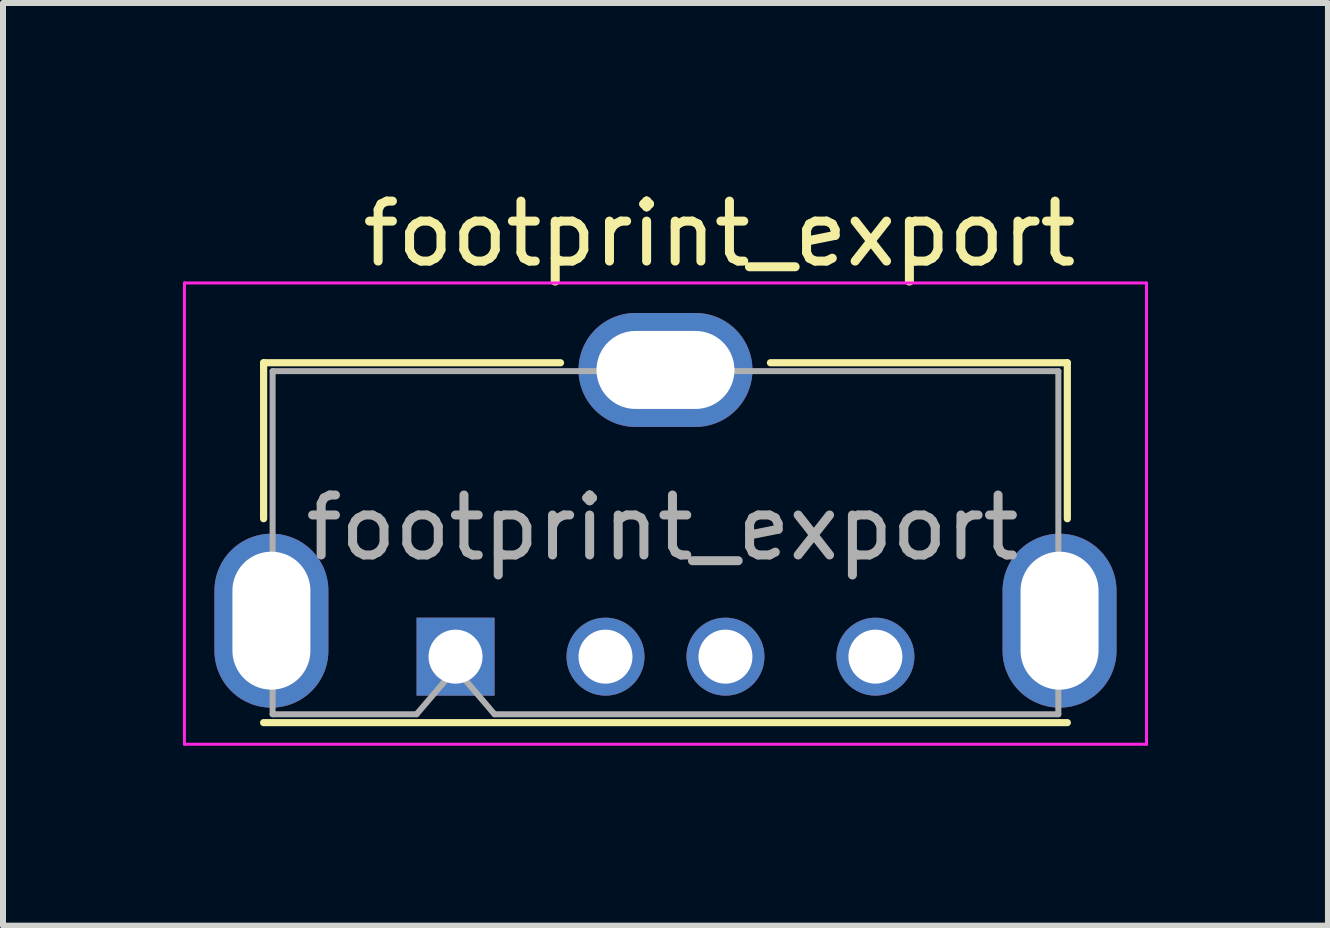
<source format=kicad_pcb>
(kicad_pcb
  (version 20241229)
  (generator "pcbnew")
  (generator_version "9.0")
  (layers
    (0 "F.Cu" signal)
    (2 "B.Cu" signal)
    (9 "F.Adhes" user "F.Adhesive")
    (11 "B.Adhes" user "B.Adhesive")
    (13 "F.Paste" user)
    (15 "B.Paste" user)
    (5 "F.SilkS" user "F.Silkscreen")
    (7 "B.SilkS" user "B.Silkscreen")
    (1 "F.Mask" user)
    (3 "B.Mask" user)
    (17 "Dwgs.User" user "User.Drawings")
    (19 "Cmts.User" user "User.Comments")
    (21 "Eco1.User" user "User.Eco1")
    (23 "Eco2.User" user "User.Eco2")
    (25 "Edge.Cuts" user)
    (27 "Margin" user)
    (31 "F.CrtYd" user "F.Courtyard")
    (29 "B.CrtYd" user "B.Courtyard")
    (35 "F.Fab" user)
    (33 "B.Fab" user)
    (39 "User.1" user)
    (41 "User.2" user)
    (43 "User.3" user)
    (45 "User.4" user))
  (footprint "footprint_export"
    (layer "F.Cu")
    (at 4.545 7.898)
    (property "Reference" "footprint_export" (at 4.4 -7.05 0) (layer "F.SilkS") (effects (font (size 1 1) (thickness 0.15))))
    (attr through_hole)
    (fp_line (start -3.2 -4.9) (end -3.2 -2.3) (stroke (width 0.12) (type solid)) (layer "F.SilkS"))
    (fp_line (start -3.2 -4.9) (end 1.75 -4.9) (stroke (width 0.12) (type solid)) (layer "F.SilkS"))
    (fp_line (start 10.2 -4.9) (end 5.25 -4.9) (stroke (width 0.12) (type solid)) (layer "F.SilkS"))
    (fp_line (start 10.2 -4.9) (end 10.2 -2.3) (stroke (width 0.12) (type solid)) (layer "F.SilkS"))
    (fp_line (start 10.2 1.1) (end -3.2 1.1) (stroke (width 0.12) (type solid)) (layer "F.SilkS"))
    (fp_line (start -4.52 -6.23) (end 11.52 -6.23) (stroke (width 0.05) (type solid)) (layer "F.CrtYd"))
    (fp_line (start -4.52 1.46) (end -4.52 -6.23) (stroke (width 0.05) (type solid)) (layer "F.CrtYd"))
    (fp_line (start 11.52 -6.23) (end 11.52 1.46) (stroke (width 0.05) (type solid)) (layer "F.CrtYd"))
    (fp_line (start 11.52 1.46) (end -4.52 1.46) (stroke (width 0.05) (type solid)) (layer "F.CrtYd"))
    (fp_line (start -3.05 -4.76) (end 10.05 -4.76) (stroke (width 0.1) (type solid)) (layer "F.Fab"))
    (fp_line (start -3.05 0.96) (end -3.05 -4.76) (stroke (width 0.1) (type solid)) (layer "F.Fab"))
    (fp_line (start -0.65 0.96) (end -3.05 0.96) (stroke (width 0.1) (type solid)) (layer "F.Fab"))
    (fp_line (start -0.65 0.96) (end 0 0.2) (stroke (width 0.1) (type solid)) (layer "F.Fab"))
    (fp_line (start 0 0.2) (end 0.65 0.96) (stroke (width 0.1) (type solid)) (layer "F.Fab"))
    (fp_line (start 10.05 -4.76) (end 10.05 0.96) (stroke (width 0.1) (type solid)) (layer "F.Fab"))
    (fp_line (start 10.05 0.96) (end 0.65 0.96) (stroke (width 0.1) (type solid)) (layer "F.Fab"))
    (fp_text user "${REFERENCE}" (at 3.45 -2.15 0) (layer "F.Fab") (effects (font (size 1 1) (thickness 0.15))))
    (pad "1" thru_hole rect (at 0 0) (size 1.3 1.3) (drill 0.9) (layers "*.Cu" "*.Mask"))
    (pad "2" thru_hole circle (at 2.5 0) (size 1.3 1.3) (drill 0.9) (layers "*.Cu" "*.Mask"))
    (pad "3" thru_hole circle (at 4.5 0) (size 1.3 1.3) (drill 0.9) (layers "*.Cu" "*.Mask"))
    (pad "4" thru_hole circle (at 7 0) (size 1.3 1.3) (drill 0.9) (layers "*.Cu" "*.Mask"))
    (pad "5" thru_hole oval (at -3.07 -0.6 180) (size 1.9 2.9) (drill oval 1.3 2.3) (layers "*.Cu" "*.Mask"))
    (pad "5" thru_hole oval (at 3.5 -4.78 90) (size 1.9 2.9) (drill oval 1.3 2.3) (layers "*.Cu" "*.Mask"))
    (pad "5" thru_hole oval (at 10.07 -0.6) (size 1.9 2.9) (drill oval 1.3 2.3) (layers "*.Cu" "*.Mask")))
  (gr_rect
    (start -3 -3)
    (end 19.09 12.383)
    (stroke (width 0.1) (type default))
    (fill no)
    (layer "Edge.Cuts")))
</source>
